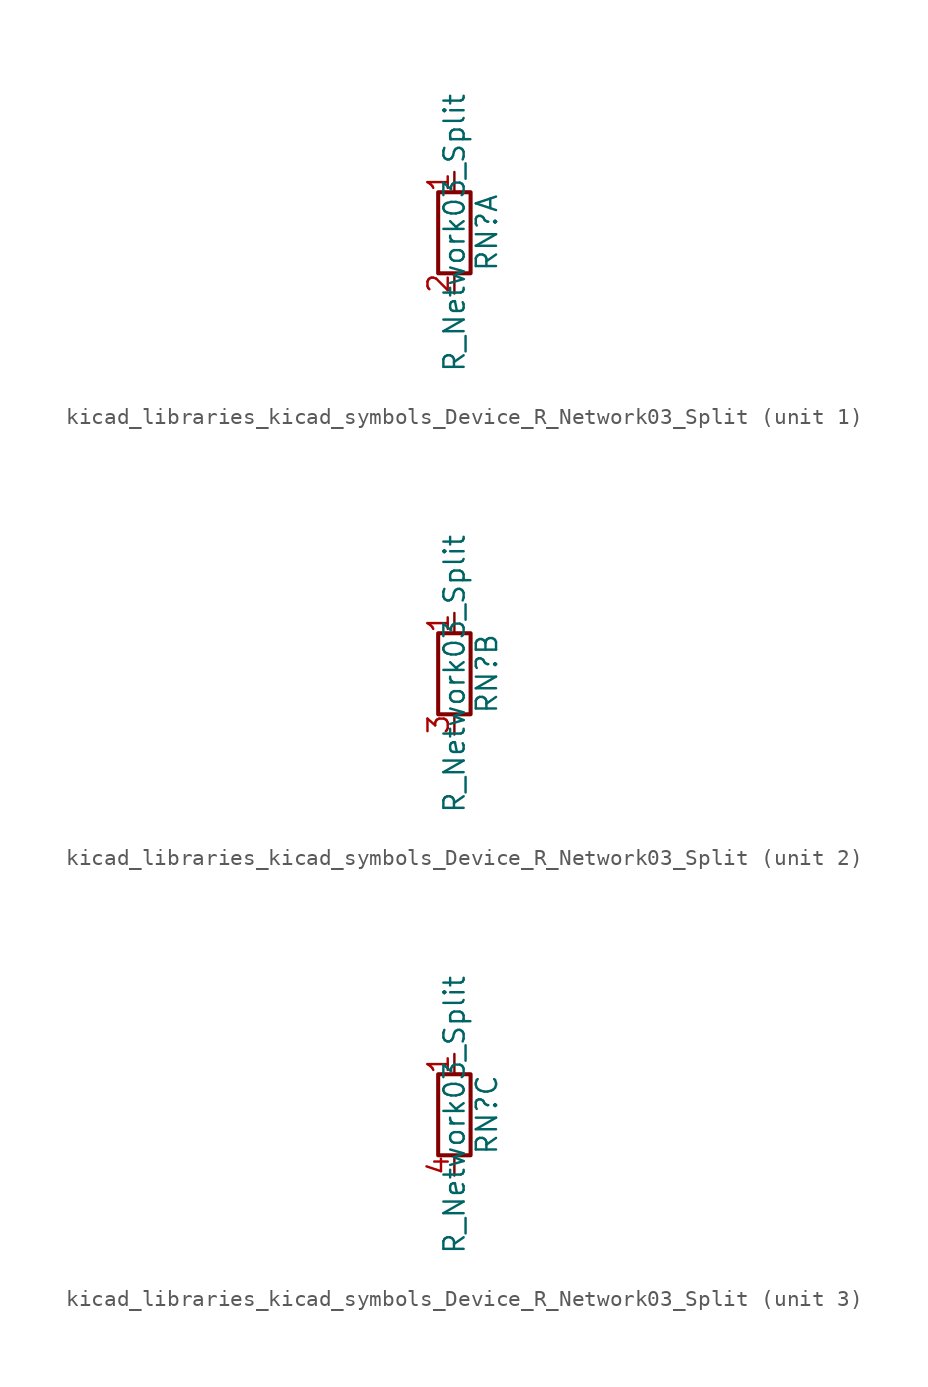
<source format=kicad_sym>
(kicad_symbol_lib
  (version 20220914)
  (generator kicad_symbol_editor)
  (symbol "kicad_libraries_kicad_symbols_Device_R_Network03_Split"
    (pin_names
      (offset 0) hide)
    (property "Reference" "RN"
      (at 2.032 0 90)
      (effects (font (size 1.27 1.27))))
    (property "Value" "R_Network03_Split"
      (at 0 0 90)
      (effects (font (size 1.27 1.27))))
    (symbol "kicad_libraries_kicad_symbols_Device_R_Network03_Split_0_1"
      (rectangle (start -1.016 2.54) (end 1.016 -2.54) (stroke (width 0.254) (type default)) (fill (type none)))
      (pin passive line (at 0 3.81 270) (length 1.27) (name "R1" (effects (font (size 1.27 1.27)))) (number "1" (effects (font (size 1.27 1.27))))))
    (symbol "kicad_libraries_kicad_symbols_Device_R_Network03_Split_1_1"
      (pin passive line (at 0 -3.81 90) (length 1.27) (name "R1.2" (effects (font (size 1.27 1.27)))) (number "2" (effects (font (size 1.27 1.27))))))
    (symbol "kicad_libraries_kicad_symbols_Device_R_Network03_Split_2_1"
      (pin passive line (at 0 -3.81 90) (length 1.27) (name "R2.2" (effects (font (size 1.27 1.27)))) (number "3" (effects (font (size 1.27 1.27))))))
    (symbol "kicad_libraries_kicad_symbols_Device_R_Network03_Split_3_1"
      (pin passive line (at 0 -3.81 90) (length 1.27) (name "R3.2" (effects (font (size 1.27 1.27)))) (number "4" (effects (font (size 1.27 1.27))))))))
</source>
